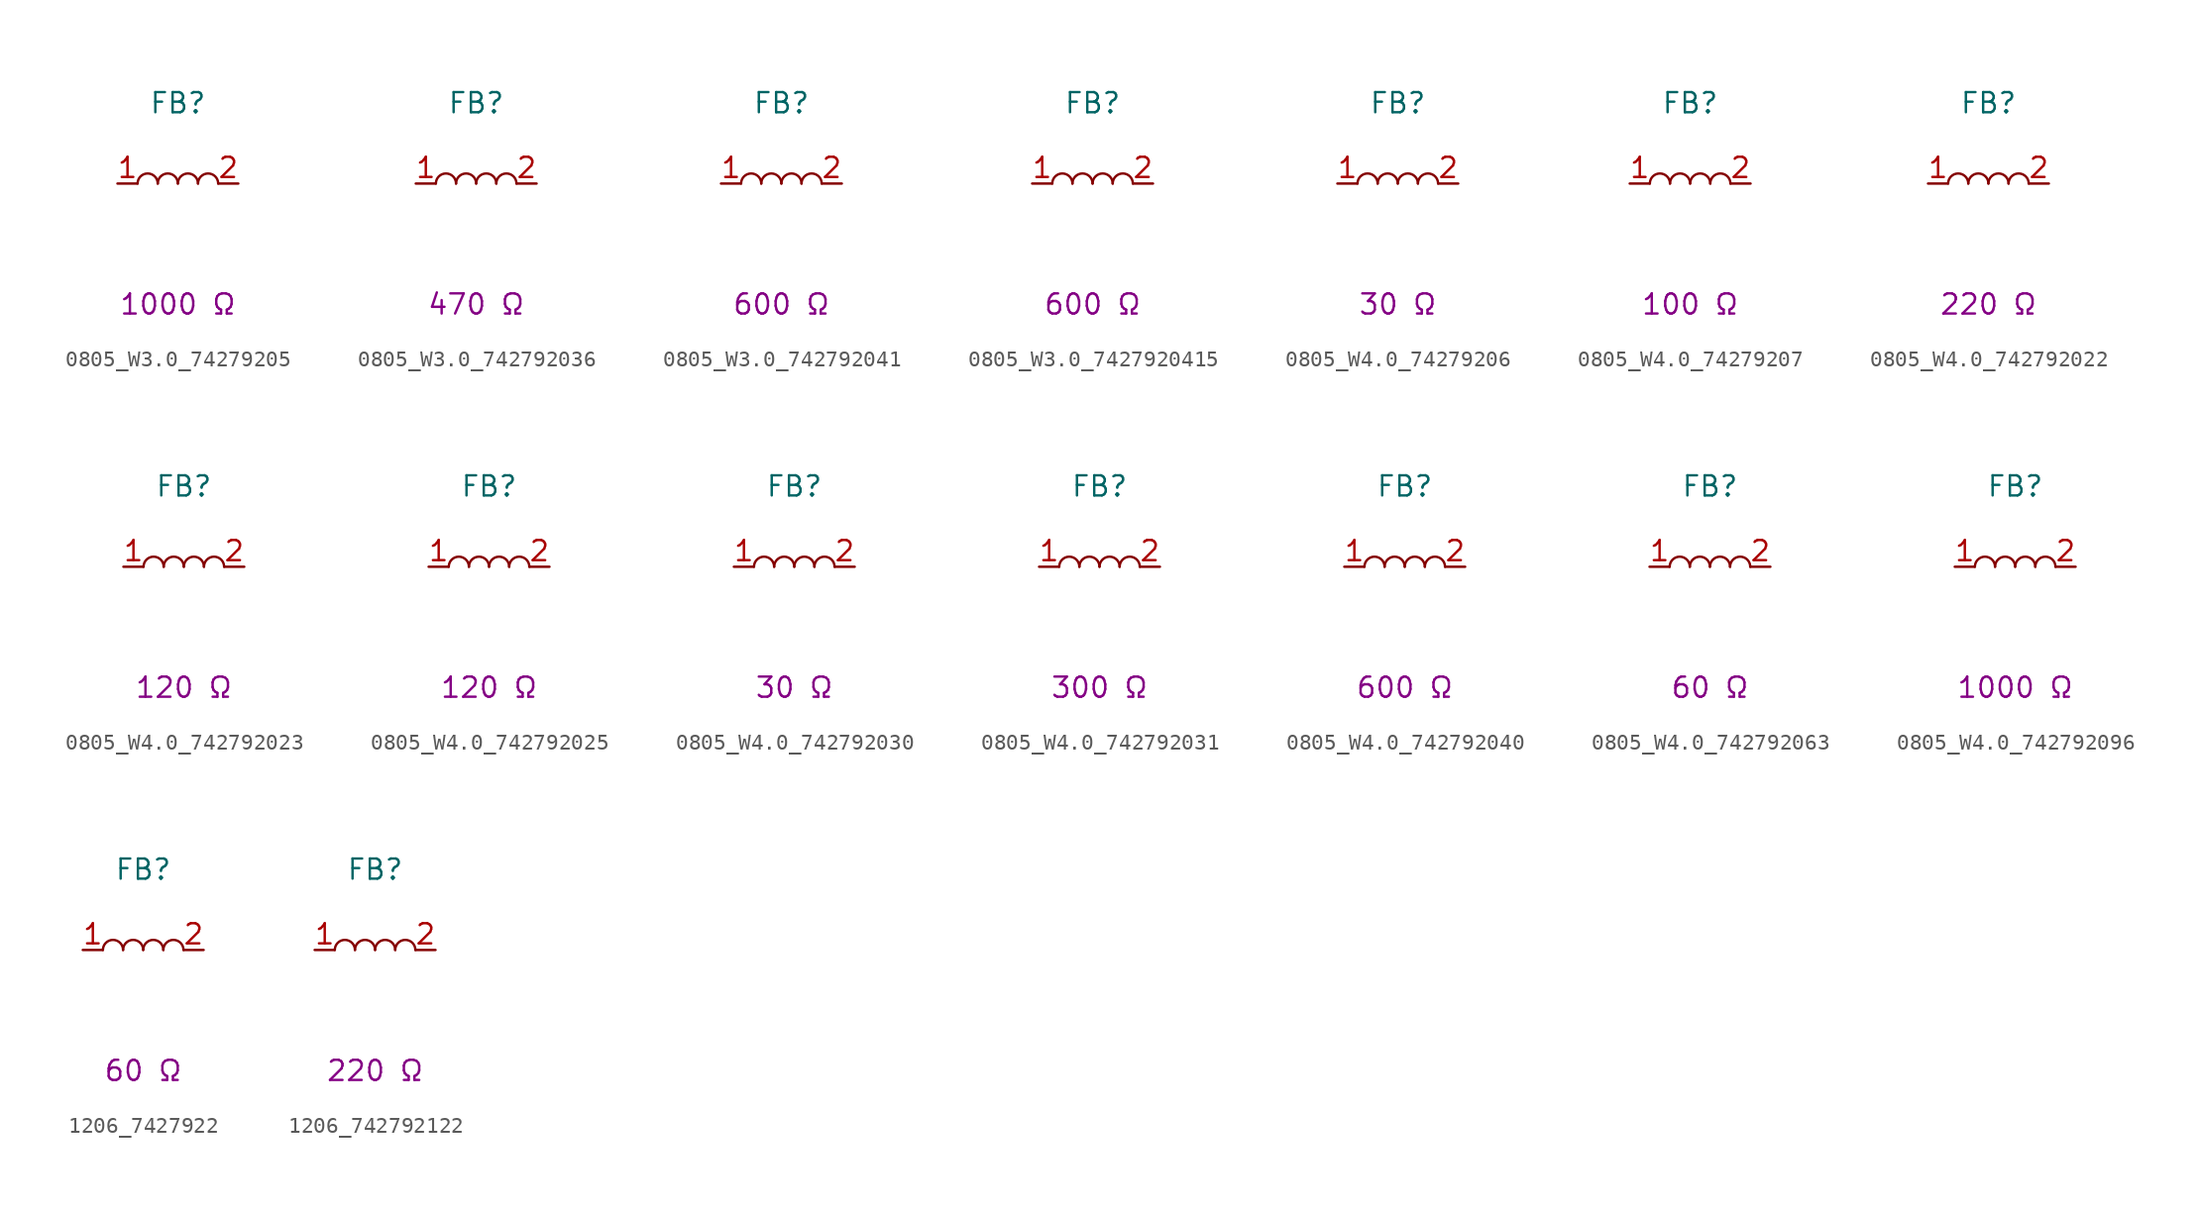
<source format=kicad_sym>
(kicad_symbol_lib
  (version 20220914)
  (generator kicad_symbol_editor)
  (symbol "0805_W3.0_74279205"
    (pin_names hide)
    (property "Reference" "FB"
      (at 0 5.08 0)
      (effects (font (size 1.27 1.27))))
    (property "Critical Parameter" "1000 Ω"
      (at 0 -7.62 0)
      (effects (font (size 1.27 1.27))))
    (symbol "0805_W3.0_74279205_0_1"
      (arc (start -1.27 0) (mid -1.905 0.6323) (end -2.54 0) (stroke (width 0) (type default)) (fill (type none)))
      (arc (start 0 0) (mid -0.635 0.6323) (end -1.27 0) (stroke (width 0) (type default)) (fill (type none)))
      (arc (start 1.27 0) (mid 0.635 0.6323) (end 0 0) (stroke (width 0) (type default)) (fill (type none)))
      (arc (start 2.54 0) (mid 1.905 0.6323) (end 1.27 0) (stroke (width 0) (type default)) (fill (type none))))
    (symbol "0805_W3.0_74279205_1_1"
      (pin passive line (at -3.81 0 0) (length 1.27) (name "1" (effects (font (size 1.27 1.27)))) (number "1" (effects (font (size 1.27 1.27)))))
      (pin passive line (at 3.81 0 180) (length 1.27) (name "2" (effects (font (size 1.27 1.27)))) (number "2" (effects (font (size 1.27 1.27)))))))
  (symbol "0805_W3.0_742792036"
    (pin_names hide)
    (property "Reference" "FB"
      (at 0 5.08 0)
      (effects (font (size 1.27 1.27))))
    (property "Critical Parameter" "470 Ω"
      (at 0 -7.62 0)
      (effects (font (size 1.27 1.27))))
    (symbol "0805_W3.0_742792036_0_1"
      (arc (start -1.27 0) (mid -1.905 0.6323) (end -2.54 0) (stroke (width 0) (type default)) (fill (type none)))
      (arc (start 0 0) (mid -0.635 0.6323) (end -1.27 0) (stroke (width 0) (type default)) (fill (type none)))
      (arc (start 1.27 0) (mid 0.635 0.6323) (end 0 0) (stroke (width 0) (type default)) (fill (type none)))
      (arc (start 2.54 0) (mid 1.905 0.6323) (end 1.27 0) (stroke (width 0) (type default)) (fill (type none))))
    (symbol "0805_W3.0_742792036_1_1"
      (pin passive line (at -3.81 0 0) (length 1.27) (name "1" (effects (font (size 1.27 1.27)))) (number "1" (effects (font (size 1.27 1.27)))))
      (pin passive line (at 3.81 0 180) (length 1.27) (name "2" (effects (font (size 1.27 1.27)))) (number "2" (effects (font (size 1.27 1.27)))))))
  (symbol "0805_W3.0_742792041"
    (pin_names hide)
    (property "Reference" "FB"
      (at 0 5.08 0)
      (effects (font (size 1.27 1.27))))
    (property "Critical Parameter" "600 Ω"
      (at 0 -7.62 0)
      (effects (font (size 1.27 1.27))))
    (symbol "0805_W3.0_742792041_0_1"
      (arc (start -1.27 0) (mid -1.905 0.6323) (end -2.54 0) (stroke (width 0) (type default)) (fill (type none)))
      (arc (start 0 0) (mid -0.635 0.6323) (end -1.27 0) (stroke (width 0) (type default)) (fill (type none)))
      (arc (start 1.27 0) (mid 0.635 0.6323) (end 0 0) (stroke (width 0) (type default)) (fill (type none)))
      (arc (start 2.54 0) (mid 1.905 0.6323) (end 1.27 0) (stroke (width 0) (type default)) (fill (type none))))
    (symbol "0805_W3.0_742792041_1_1"
      (pin passive line (at -3.81 0 0) (length 1.27) (name "1" (effects (font (size 1.27 1.27)))) (number "1" (effects (font (size 1.27 1.27)))))
      (pin passive line (at 3.81 0 180) (length 1.27) (name "2" (effects (font (size 1.27 1.27)))) (number "2" (effects (font (size 1.27 1.27)))))))
  (symbol "0805_W3.0_7427920415"
    (pin_names hide)
    (property "Reference" "FB"
      (at 0 5.08 0)
      (effects (font (size 1.27 1.27))))
    (property "Critical Parameter" "600 Ω"
      (at 0 -7.62 0)
      (effects (font (size 1.27 1.27))))
    (symbol "0805_W3.0_7427920415_0_1"
      (arc (start -1.27 0) (mid -1.905 0.6323) (end -2.54 0) (stroke (width 0) (type default)) (fill (type none)))
      (arc (start 0 0) (mid -0.635 0.6323) (end -1.27 0) (stroke (width 0) (type default)) (fill (type none)))
      (arc (start 1.27 0) (mid 0.635 0.6323) (end 0 0) (stroke (width 0) (type default)) (fill (type none)))
      (arc (start 2.54 0) (mid 1.905 0.6323) (end 1.27 0) (stroke (width 0) (type default)) (fill (type none))))
    (symbol "0805_W3.0_7427920415_1_1"
      (pin passive line (at -3.81 0 0) (length 1.27) (name "1" (effects (font (size 1.27 1.27)))) (number "1" (effects (font (size 1.27 1.27)))))
      (pin passive line (at 3.81 0 180) (length 1.27) (name "2" (effects (font (size 1.27 1.27)))) (number "2" (effects (font (size 1.27 1.27)))))))
  (symbol "0805_W4.0_74279206"
    (pin_names hide)
    (property "Reference" "FB"
      (at 0 5.08 0)
      (effects (font (size 1.27 1.27))))
    (property "Critical Parameter" "30 Ω"
      (at 0 -7.62 0)
      (effects (font (size 1.27 1.27))))
    (symbol "0805_W4.0_74279206_0_1"
      (arc (start -1.27 0) (mid -1.905 0.6323) (end -2.54 0) (stroke (width 0) (type default)) (fill (type none)))
      (arc (start 0 0) (mid -0.635 0.6323) (end -1.27 0) (stroke (width 0) (type default)) (fill (type none)))
      (arc (start 1.27 0) (mid 0.635 0.6323) (end 0 0) (stroke (width 0) (type default)) (fill (type none)))
      (arc (start 2.54 0) (mid 1.905 0.6323) (end 1.27 0) (stroke (width 0) (type default)) (fill (type none))))
    (symbol "0805_W4.0_74279206_1_1"
      (pin passive line (at -3.81 0 0) (length 1.27) (name "1" (effects (font (size 1.27 1.27)))) (number "1" (effects (font (size 1.27 1.27)))))
      (pin passive line (at 3.81 0 180) (length 1.27) (name "2" (effects (font (size 1.27 1.27)))) (number "2" (effects (font (size 1.27 1.27)))))))
  (symbol "0805_W4.0_74279207"
    (pin_names hide)
    (property "Reference" "FB"
      (at 0 5.08 0)
      (effects (font (size 1.27 1.27))))
    (property "Critical Parameter" "100 Ω"
      (at 0 -7.62 0)
      (effects (font (size 1.27 1.27))))
    (symbol "0805_W4.0_74279207_0_1"
      (arc (start -1.27 0) (mid -1.905 0.6323) (end -2.54 0) (stroke (width 0) (type default)) (fill (type none)))
      (arc (start 0 0) (mid -0.635 0.6323) (end -1.27 0) (stroke (width 0) (type default)) (fill (type none)))
      (arc (start 1.27 0) (mid 0.635 0.6323) (end 0 0) (stroke (width 0) (type default)) (fill (type none)))
      (arc (start 2.54 0) (mid 1.905 0.6323) (end 1.27 0) (stroke (width 0) (type default)) (fill (type none))))
    (symbol "0805_W4.0_74279207_1_1"
      (pin passive line (at -3.81 0 0) (length 1.27) (name "1" (effects (font (size 1.27 1.27)))) (number "1" (effects (font (size 1.27 1.27)))))
      (pin passive line (at 3.81 0 180) (length 1.27) (name "2" (effects (font (size 1.27 1.27)))) (number "2" (effects (font (size 1.27 1.27)))))))
  (symbol "0805_W4.0_742792022"
    (pin_names hide)
    (property "Reference" "FB"
      (at 0 5.08 0)
      (effects (font (size 1.27 1.27))))
    (property "Critical Parameter" "220 Ω"
      (at 0 -7.62 0)
      (effects (font (size 1.27 1.27))))
    (symbol "0805_W4.0_742792022_0_1"
      (arc (start -1.27 0) (mid -1.905 0.6323) (end -2.54 0) (stroke (width 0) (type default)) (fill (type none)))
      (arc (start 0 0) (mid -0.635 0.6323) (end -1.27 0) (stroke (width 0) (type default)) (fill (type none)))
      (arc (start 1.27 0) (mid 0.635 0.6323) (end 0 0) (stroke (width 0) (type default)) (fill (type none)))
      (arc (start 2.54 0) (mid 1.905 0.6323) (end 1.27 0) (stroke (width 0) (type default)) (fill (type none))))
    (symbol "0805_W4.0_742792022_1_1"
      (pin passive line (at -3.81 0 0) (length 1.27) (name "1" (effects (font (size 1.27 1.27)))) (number "1" (effects (font (size 1.27 1.27)))))
      (pin passive line (at 3.81 0 180) (length 1.27) (name "2" (effects (font (size 1.27 1.27)))) (number "2" (effects (font (size 1.27 1.27)))))))
  (symbol "0805_W4.0_742792023"
    (pin_names hide)
    (property "Reference" "FB"
      (at 0 5.08 0)
      (effects (font (size 1.27 1.27))))
    (property "Critical Parameter" "120 Ω"
      (at 0 -7.62 0)
      (effects (font (size 1.27 1.27))))
    (symbol "0805_W4.0_742792023_0_1"
      (arc (start -1.27 0) (mid -1.905 0.6323) (end -2.54 0) (stroke (width 0) (type default)) (fill (type none)))
      (arc (start 0 0) (mid -0.635 0.6323) (end -1.27 0) (stroke (width 0) (type default)) (fill (type none)))
      (arc (start 1.27 0) (mid 0.635 0.6323) (end 0 0) (stroke (width 0) (type default)) (fill (type none)))
      (arc (start 2.54 0) (mid 1.905 0.6323) (end 1.27 0) (stroke (width 0) (type default)) (fill (type none))))
    (symbol "0805_W4.0_742792023_1_1"
      (pin passive line (at -3.81 0 0) (length 1.27) (name "1" (effects (font (size 1.27 1.27)))) (number "1" (effects (font (size 1.27 1.27)))))
      (pin passive line (at 3.81 0 180) (length 1.27) (name "2" (effects (font (size 1.27 1.27)))) (number "2" (effects (font (size 1.27 1.27)))))))
  (symbol "0805_W4.0_742792025"
    (pin_names hide)
    (property "Reference" "FB"
      (at 0 5.08 0)
      (effects (font (size 1.27 1.27))))
    (property "Critical Parameter" "120 Ω"
      (at 0 -7.62 0)
      (effects (font (size 1.27 1.27))))
    (symbol "0805_W4.0_742792025_0_1"
      (arc (start -1.27 0) (mid -1.905 0.6323) (end -2.54 0) (stroke (width 0) (type default)) (fill (type none)))
      (arc (start 0 0) (mid -0.635 0.6323) (end -1.27 0) (stroke (width 0) (type default)) (fill (type none)))
      (arc (start 1.27 0) (mid 0.635 0.6323) (end 0 0) (stroke (width 0) (type default)) (fill (type none)))
      (arc (start 2.54 0) (mid 1.905 0.6323) (end 1.27 0) (stroke (width 0) (type default)) (fill (type none))))
    (symbol "0805_W4.0_742792025_1_1"
      (pin passive line (at -3.81 0 0) (length 1.27) (name "1" (effects (font (size 1.27 1.27)))) (number "1" (effects (font (size 1.27 1.27)))))
      (pin passive line (at 3.81 0 180) (length 1.27) (name "2" (effects (font (size 1.27 1.27)))) (number "2" (effects (font (size 1.27 1.27)))))))
  (symbol "0805_W4.0_742792030"
    (pin_names hide)
    (property "Reference" "FB"
      (at 0 5.08 0)
      (effects (font (size 1.27 1.27))))
    (property "Critical Parameter" "30 Ω"
      (at 0 -7.62 0)
      (effects (font (size 1.27 1.27))))
    (symbol "0805_W4.0_742792030_0_1"
      (arc (start -1.27 0) (mid -1.905 0.6323) (end -2.54 0) (stroke (width 0) (type default)) (fill (type none)))
      (arc (start 0 0) (mid -0.635 0.6323) (end -1.27 0) (stroke (width 0) (type default)) (fill (type none)))
      (arc (start 1.27 0) (mid 0.635 0.6323) (end 0 0) (stroke (width 0) (type default)) (fill (type none)))
      (arc (start 2.54 0) (mid 1.905 0.6323) (end 1.27 0) (stroke (width 0) (type default)) (fill (type none))))
    (symbol "0805_W4.0_742792030_1_1"
      (pin passive line (at -3.81 0 0) (length 1.27) (name "1" (effects (font (size 1.27 1.27)))) (number "1" (effects (font (size 1.27 1.27)))))
      (pin passive line (at 3.81 0 180) (length 1.27) (name "2" (effects (font (size 1.27 1.27)))) (number "2" (effects (font (size 1.27 1.27)))))))
  (symbol "0805_W4.0_742792031"
    (pin_names hide)
    (property "Reference" "FB"
      (at 0 5.08 0)
      (effects (font (size 1.27 1.27))))
    (property "Critical Parameter" "300 Ω"
      (at 0 -7.62 0)
      (effects (font (size 1.27 1.27))))
    (symbol "0805_W4.0_742792031_0_1"
      (arc (start -1.27 0) (mid -1.905 0.6323) (end -2.54 0) (stroke (width 0) (type default)) (fill (type none)))
      (arc (start 0 0) (mid -0.635 0.6323) (end -1.27 0) (stroke (width 0) (type default)) (fill (type none)))
      (arc (start 1.27 0) (mid 0.635 0.6323) (end 0 0) (stroke (width 0) (type default)) (fill (type none)))
      (arc (start 2.54 0) (mid 1.905 0.6323) (end 1.27 0) (stroke (width 0) (type default)) (fill (type none))))
    (symbol "0805_W4.0_742792031_1_1"
      (pin passive line (at -3.81 0 0) (length 1.27) (name "1" (effects (font (size 1.27 1.27)))) (number "1" (effects (font (size 1.27 1.27)))))
      (pin passive line (at 3.81 0 180) (length 1.27) (name "2" (effects (font (size 1.27 1.27)))) (number "2" (effects (font (size 1.27 1.27)))))))
  (symbol "0805_W4.0_742792040"
    (pin_names hide)
    (property "Reference" "FB"
      (at 0 5.08 0)
      (effects (font (size 1.27 1.27))))
    (property "Critical Parameter" "600 Ω"
      (at 0 -7.62 0)
      (effects (font (size 1.27 1.27))))
    (symbol "0805_W4.0_742792040_0_1"
      (arc (start -1.27 0) (mid -1.905 0.6323) (end -2.54 0) (stroke (width 0) (type default)) (fill (type none)))
      (arc (start 0 0) (mid -0.635 0.6323) (end -1.27 0) (stroke (width 0) (type default)) (fill (type none)))
      (arc (start 1.27 0) (mid 0.635 0.6323) (end 0 0) (stroke (width 0) (type default)) (fill (type none)))
      (arc (start 2.54 0) (mid 1.905 0.6323) (end 1.27 0) (stroke (width 0) (type default)) (fill (type none))))
    (symbol "0805_W4.0_742792040_1_1"
      (pin passive line (at -3.81 0 0) (length 1.27) (name "1" (effects (font (size 1.27 1.27)))) (number "1" (effects (font (size 1.27 1.27)))))
      (pin passive line (at 3.81 0 180) (length 1.27) (name "2" (effects (font (size 1.27 1.27)))) (number "2" (effects (font (size 1.27 1.27)))))))
  (symbol "0805_W4.0_742792063"
    (pin_names hide)
    (property "Reference" "FB"
      (at 0 5.08 0)
      (effects (font (size 1.27 1.27))))
    (property "Critical Parameter" "60 Ω"
      (at 0 -7.62 0)
      (effects (font (size 1.27 1.27))))
    (symbol "0805_W4.0_742792063_0_1"
      (arc (start -1.27 0) (mid -1.905 0.6323) (end -2.54 0) (stroke (width 0) (type default)) (fill (type none)))
      (arc (start 0 0) (mid -0.635 0.6323) (end -1.27 0) (stroke (width 0) (type default)) (fill (type none)))
      (arc (start 1.27 0) (mid 0.635 0.6323) (end 0 0) (stroke (width 0) (type default)) (fill (type none)))
      (arc (start 2.54 0) (mid 1.905 0.6323) (end 1.27 0) (stroke (width 0) (type default)) (fill (type none))))
    (symbol "0805_W4.0_742792063_1_1"
      (pin passive line (at -3.81 0 0) (length 1.27) (name "1" (effects (font (size 1.27 1.27)))) (number "1" (effects (font (size 1.27 1.27)))))
      (pin passive line (at 3.81 0 180) (length 1.27) (name "2" (effects (font (size 1.27 1.27)))) (number "2" (effects (font (size 1.27 1.27)))))))
  (symbol "0805_W4.0_742792096"
    (pin_names hide)
    (property "Reference" "FB"
      (at 0 5.08 0)
      (effects (font (size 1.27 1.27))))
    (property "Critical Parameter" "1000 Ω"
      (at 0 -7.62 0)
      (effects (font (size 1.27 1.27))))
    (symbol "0805_W4.0_742792096_0_1"
      (arc (start -1.27 0) (mid -1.905 0.6323) (end -2.54 0) (stroke (width 0) (type default)) (fill (type none)))
      (arc (start 0 0) (mid -0.635 0.6323) (end -1.27 0) (stroke (width 0) (type default)) (fill (type none)))
      (arc (start 1.27 0) (mid 0.635 0.6323) (end 0 0) (stroke (width 0) (type default)) (fill (type none)))
      (arc (start 2.54 0) (mid 1.905 0.6323) (end 1.27 0) (stroke (width 0) (type default)) (fill (type none))))
    (symbol "0805_W4.0_742792096_1_1"
      (pin passive line (at -3.81 0 0) (length 1.27) (name "1" (effects (font (size 1.27 1.27)))) (number "1" (effects (font (size 1.27 1.27)))))
      (pin passive line (at 3.81 0 180) (length 1.27) (name "2" (effects (font (size 1.27 1.27)))) (number "2" (effects (font (size 1.27 1.27)))))))
  (symbol "1206_7427922"
    (pin_names hide)
    (property "Reference" "FB"
      (at 0 5.08 0)
      (effects (font (size 1.27 1.27))))
    (property "Critical Parameter" "60 Ω"
      (at 0 -7.62 0)
      (effects (font (size 1.27 1.27))))
    (symbol "1206_7427922_0_1"
      (arc (start -1.27 0) (mid -1.905 0.6323) (end -2.54 0) (stroke (width 0) (type default)) (fill (type none)))
      (arc (start 0 0) (mid -0.635 0.6323) (end -1.27 0) (stroke (width 0) (type default)) (fill (type none)))
      (arc (start 1.27 0) (mid 0.635 0.6323) (end 0 0) (stroke (width 0) (type default)) (fill (type none)))
      (arc (start 2.54 0) (mid 1.905 0.6323) (end 1.27 0) (stroke (width 0) (type default)) (fill (type none))))
    (symbol "1206_7427922_1_1"
      (pin passive line (at -3.81 0 0) (length 1.27) (name "1" (effects (font (size 1.27 1.27)))) (number "1" (effects (font (size 1.27 1.27)))))
      (pin passive line (at 3.81 0 180) (length 1.27) (name "2" (effects (font (size 1.27 1.27)))) (number "2" (effects (font (size 1.27 1.27)))))))
  (symbol "1206_742792122"
    (pin_names hide)
    (property "Reference" "FB"
      (at 0 5.08 0)
      (effects (font (size 1.27 1.27))))
    (property "Critical Parameter" "220 Ω"
      (at 0 -7.62 0)
      (effects (font (size 1.27 1.27))))
    (symbol "1206_742792122_0_1"
      (arc (start -1.27 0) (mid -1.905 0.6323) (end -2.54 0) (stroke (width 0) (type default)) (fill (type none)))
      (arc (start 0 0) (mid -0.635 0.6323) (end -1.27 0) (stroke (width 0) (type default)) (fill (type none)))
      (arc (start 1.27 0) (mid 0.635 0.6323) (end 0 0) (stroke (width 0) (type default)) (fill (type none)))
      (arc (start 2.54 0) (mid 1.905 0.6323) (end 1.27 0) (stroke (width 0) (type default)) (fill (type none))))
    (symbol "1206_742792122_1_1"
      (pin passive line (at -3.81 0 0) (length 1.27) (name "1" (effects (font (size 1.27 1.27)))) (number "1" (effects (font (size 1.27 1.27)))))
      (pin passive line (at 3.81 0 180) (length 1.27) (name "2" (effects (font (size 1.27 1.27)))) (number "2" (effects (font (size 1.27 1.27))))))))
</source>
